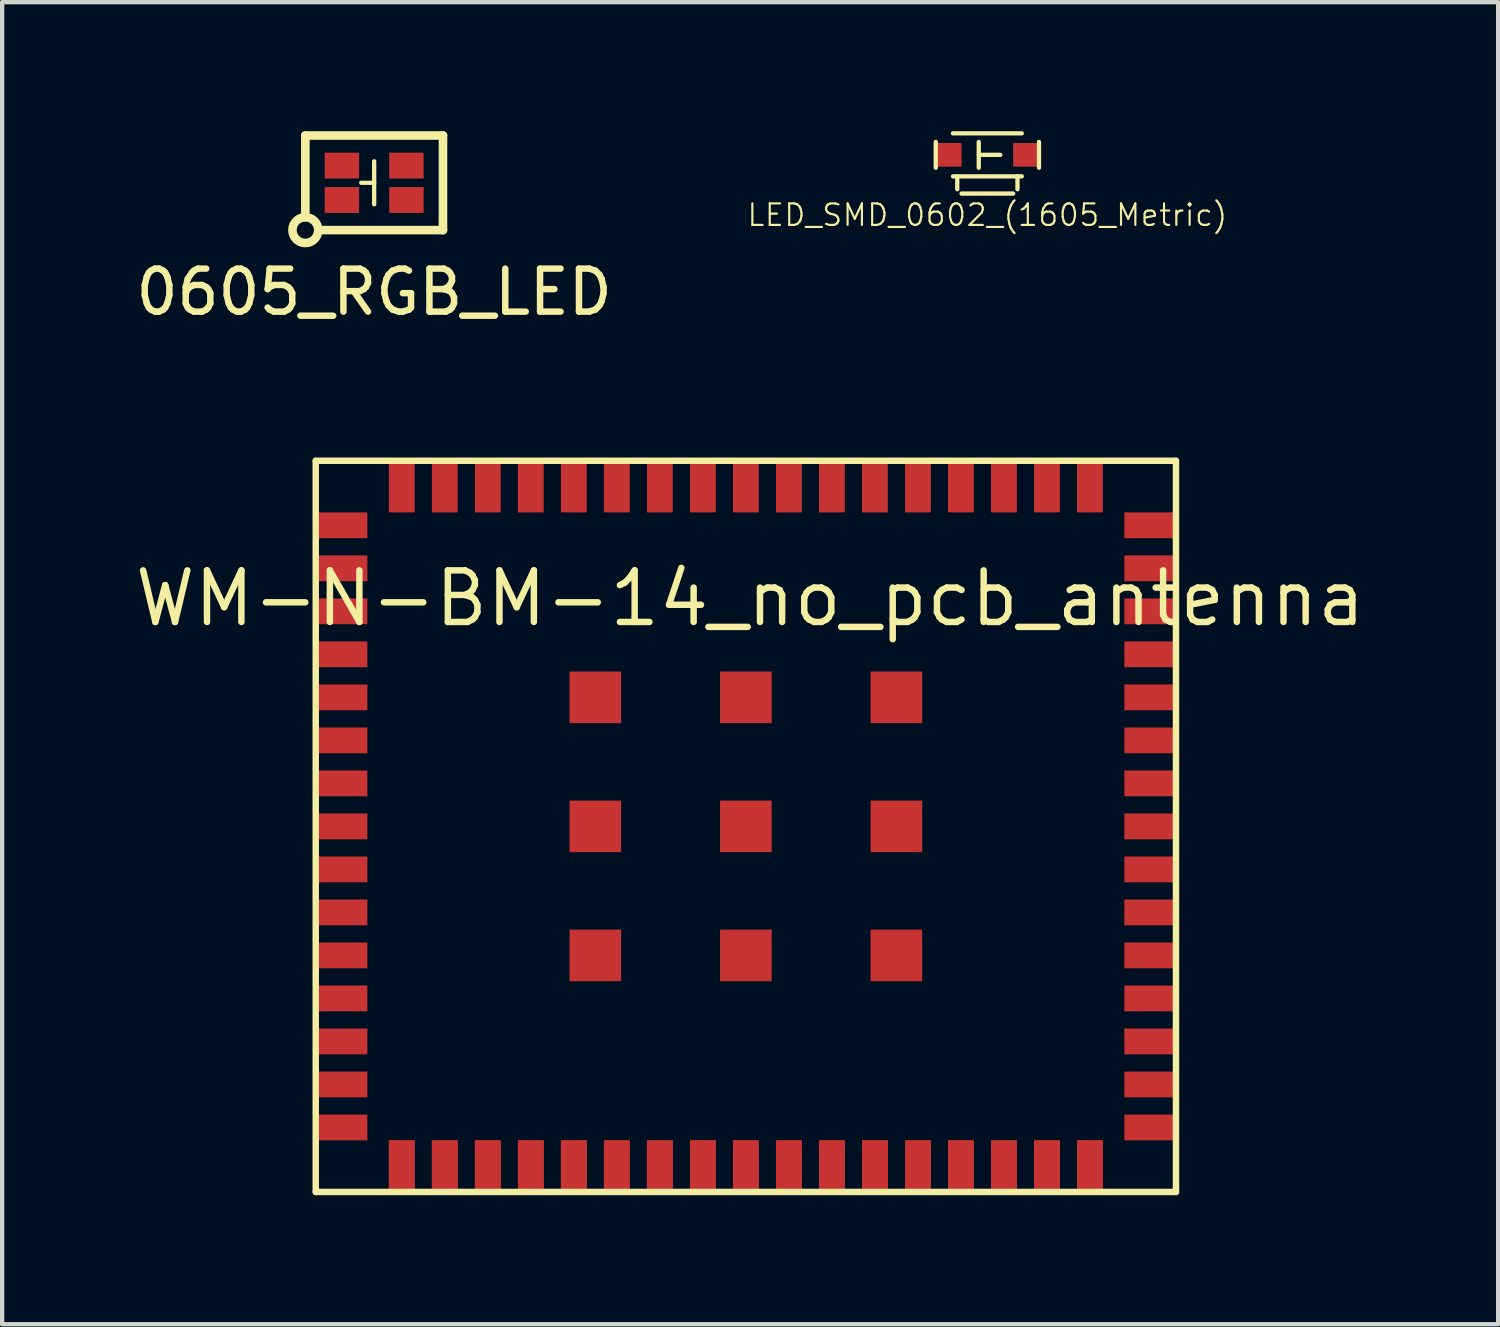
<source format=kicad_pcb>
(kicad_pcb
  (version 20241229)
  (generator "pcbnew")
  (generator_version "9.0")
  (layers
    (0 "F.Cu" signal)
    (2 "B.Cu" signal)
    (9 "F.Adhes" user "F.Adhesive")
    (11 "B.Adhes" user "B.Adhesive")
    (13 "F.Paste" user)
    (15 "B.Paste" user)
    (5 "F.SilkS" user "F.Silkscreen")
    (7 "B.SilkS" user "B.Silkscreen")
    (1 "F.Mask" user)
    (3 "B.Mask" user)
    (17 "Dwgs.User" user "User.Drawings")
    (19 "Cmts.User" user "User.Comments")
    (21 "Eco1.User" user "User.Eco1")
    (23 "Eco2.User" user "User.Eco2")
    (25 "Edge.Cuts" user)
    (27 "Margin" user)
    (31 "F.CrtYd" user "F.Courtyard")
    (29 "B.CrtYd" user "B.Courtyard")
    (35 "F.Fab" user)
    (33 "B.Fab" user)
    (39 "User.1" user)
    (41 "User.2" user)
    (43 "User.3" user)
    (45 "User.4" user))
  (footprint "WM-N-BM-14_no_pcb_antenna"
    (layer "F.Cu")
    (at 14.191 10.863)
    (property "Reference" "WM-N-BM-14_no_pcb_antenna" (at 0.2 0 0) (layer "F.SilkS") (effects (font (size 1.2 1.2) (thickness 0.15))))
    (attr through_hole)
    (fp_line (start -9.9 -3.2) (end -9.9 13.8) (stroke (width 0.15) (type solid)) (layer "F.SilkS"))
    (fp_line (start -9.9 13.8) (end 10.1 13.8) (stroke (width 0.15) (type solid)) (layer "F.SilkS"))
    (fp_line (start 10.1 -3.2) (end -9.9 -3.2) (stroke (width 0.15) (type solid)) (layer "F.SilkS"))
    (fp_line (start 10.1 13.8) (end 10.1 -3.2) (stroke (width 0.15) (type solid)) (layer "F.SilkS"))
    (pad "1" smd rect (at -9.3 -1.7 90) (size 0.6 1.2) (layers "F.Cu" "F.Mask" "F.Paste"))
    (pad "2" smd rect (at -9.3 -0.7 90) (size 0.6 1.2) (layers "F.Cu" "F.Mask" "F.Paste"))
    (pad "3" smd rect (at -9.3 0.3 90) (size 0.6 1.2) (layers "F.Cu" "F.Mask" "F.Paste"))
    (pad "4" smd rect (at -9.3 1.3 90) (size 0.6 1.2) (layers "F.Cu" "F.Mask" "F.Paste"))
    (pad "5" smd rect (at -9.3 2.3 90) (size 0.6 1.2) (layers "F.Cu" "F.Mask" "F.Paste"))
    (pad "6" smd rect (at -9.3 3.3 90) (size 0.6 1.2) (layers "F.Cu" "F.Mask" "F.Paste"))
    (pad "7" smd rect (at -9.3 4.3 90) (size 0.6 1.2) (layers "F.Cu" "F.Mask" "F.Paste"))
    (pad "8" smd rect (at -9.3 5.3 90) (size 0.6 1.2) (layers "F.Cu" "F.Mask" "F.Paste"))
    (pad "9" smd rect (at -9.3 6.3 90) (size 0.6 1.2) (layers "F.Cu" "F.Mask" "F.Paste"))
    (pad "10" smd rect (at -9.3 7.3 90) (size 0.6 1.2) (layers "F.Cu" "F.Mask" "F.Paste"))
    (pad "11" smd rect (at -9.3 8.3 90) (size 0.6 1.2) (layers "F.Cu" "F.Mask" "F.Paste"))
    (pad "12" smd rect (at -9.3 9.3 90) (size 0.6 1.2) (layers "F.Cu" "F.Mask" "F.Paste"))
    (pad "13" smd rect (at -9.3 10.3 90) (size 0.6 1.2) (layers "F.Cu" "F.Mask" "F.Paste"))
    (pad "14" smd rect (at -9.3 11.3 90) (size 0.6 1.2) (layers "F.Cu" "F.Mask" "F.Paste"))
    (pad "15" smd rect (at -9.3 12.3 90) (size 0.6 1.2) (layers "F.Cu" "F.Mask" "F.Paste"))
    (pad "16" smd rect (at -7.9 13.2 90) (size 1.2 0.6) (layers "F.Cu" "F.Mask" "F.Paste"))
    (pad "16" smd rect (at -7.9 13.2 90) (size 1.2 0.6) (layers "F.Cu" "F.Mask" "F.Paste"))
    (pad "17" smd rect (at -6.9 13.2 90) (size 1.2 0.6) (layers "F.Cu" "F.Mask" "F.Paste"))
    (pad "17" smd rect (at -6.9 13.2 90) (size 1.2 0.6) (layers "F.Cu" "F.Mask" "F.Paste"))
    (pad "18" smd rect (at -5.9 13.2 90) (size 1.2 0.6) (layers "F.Cu" "F.Mask" "F.Paste"))
    (pad "18" smd rect (at -5.9 13.2 90) (size 1.2 0.6) (layers "F.Cu" "F.Mask" "F.Paste"))
    (pad "19" smd rect (at -4.9 13.2 90) (size 1.2 0.6) (layers "F.Cu" "F.Mask" "F.Paste"))
    (pad "19" smd rect (at -4.9 13.2 90) (size 1.2 0.6) (layers "F.Cu" "F.Mask" "F.Paste"))
    (pad "20" smd rect (at -3.9 13.2 90) (size 1.2 0.6) (layers "F.Cu" "F.Mask" "F.Paste"))
    (pad "20" smd rect (at -3.9 13.2 90) (size 1.2 0.6) (layers "F.Cu" "F.Mask" "F.Paste"))
    (pad "21" smd rect (at -2.9 13.2 90) (size 1.2 0.6) (layers "F.Cu" "F.Mask" "F.Paste"))
    (pad "21" smd rect (at -2.9 13.2 90) (size 1.2 0.6) (layers "F.Cu" "F.Mask" "F.Paste"))
    (pad "22" smd rect (at -1.9 13.2 90) (size 1.2 0.6) (layers "F.Cu" "F.Mask" "F.Paste"))
    (pad "22" smd rect (at -1.9 13.2 90) (size 1.2 0.6) (layers "F.Cu" "F.Mask" "F.Paste"))
    (pad "23" smd rect (at -0.9 13.2 90) (size 1.2 0.6) (layers "F.Cu" "F.Mask" "F.Paste"))
    (pad "23" smd rect (at -0.9 13.2 90) (size 1.2 0.6) (layers "F.Cu" "F.Mask" "F.Paste"))
    (pad "24" smd rect (at 0.1 13.2 90) (size 1.2 0.6) (layers "F.Cu" "F.Mask" "F.Paste"))
    (pad "24" smd rect (at 0.1 13.2 90) (size 1.2 0.6) (layers "F.Cu" "F.Mask" "F.Paste"))
    (pad "25" smd rect (at 1.1 13.2 90) (size 1.2 0.6) (layers "F.Cu" "F.Mask" "F.Paste"))
    (pad "25" smd rect (at 1.1 13.2 90) (size 1.2 0.6) (layers "F.Cu" "F.Mask" "F.Paste"))
    (pad "26" smd rect (at 2.1 13.2 90) (size 1.2 0.6) (layers "F.Cu" "F.Mask" "F.Paste"))
    (pad "26" smd rect (at 2.1 13.2 90) (size 1.2 0.6) (layers "F.Cu" "F.Mask" "F.Paste"))
    (pad "27" smd rect (at 3.1 13.2 90) (size 1.2 0.6) (layers "F.Cu" "F.Mask" "F.Paste"))
    (pad "27" smd rect (at 3.1 13.2 90) (size 1.2 0.6) (layers "F.Cu" "F.Mask" "F.Paste"))
    (pad "28" smd rect (at 4.1 13.2 90) (size 1.2 0.6) (layers "F.Cu" "F.Mask" "F.Paste"))
    (pad "28" smd rect (at 4.1 13.2 90) (size 1.2 0.6) (layers "F.Cu" "F.Mask" "F.Paste"))
    (pad "29" smd rect (at 5.1 13.2 90) (size 1.2 0.6) (layers "F.Cu" "F.Mask" "F.Paste"))
    (pad "29" smd rect (at 5.1 13.2 90) (size 1.2 0.6) (layers "F.Cu" "F.Mask" "F.Paste"))
    (pad "30" smd rect (at 6.1 13.2 90) (size 1.2 0.6) (layers "F.Cu" "F.Mask" "F.Paste"))
    (pad "30" smd rect (at 6.1 13.2 90) (size 1.2 0.6) (layers "F.Cu" "F.Mask" "F.Paste"))
    (pad "31" smd rect (at 7.1 13.2 90) (size 1.2 0.6) (layers "F.Cu" "F.Mask" "F.Paste"))
    (pad "31" smd rect (at 7.1 13.2 90) (size 1.2 0.6) (layers "F.Cu" "F.Mask" "F.Paste"))
    (pad "32" smd rect (at 8.1 13.2 90) (size 1.2 0.6) (layers "F.Cu" "F.Mask" "F.Paste"))
    (pad "32" smd rect (at 8.1 13.2 90) (size 1.2 0.6) (layers "F.Cu" "F.Mask" "F.Paste"))
    (pad "33" smd rect (at 9.5 12.3 270) (size 0.6 1.2) (layers "F.Cu" "F.Mask" "F.Paste"))
    (pad "34" smd rect (at 9.5 11.3 270) (size 0.6 1.2) (layers "F.Cu" "F.Mask" "F.Paste"))
    (pad "35" smd rect (at 9.5 10.3 270) (size 0.6 1.2) (layers "F.Cu" "F.Mask" "F.Paste"))
    (pad "36" smd rect (at 9.5 9.3 270) (size 0.6 1.2) (layers "F.Cu" "F.Mask" "F.Paste"))
    (pad "37" smd rect (at 9.5 8.3 270) (size 0.6 1.2) (layers "F.Cu" "F.Mask" "F.Paste"))
    (pad "38" smd rect (at 9.5 7.3 270) (size 0.6 1.2) (layers "F.Cu" "F.Mask" "F.Paste"))
    (pad "39" smd rect (at 9.5 6.3 270) (size 0.6 1.2) (layers "F.Cu" "F.Mask" "F.Paste"))
    (pad "40" smd rect (at 9.5 5.3 270) (size 0.6 1.2) (layers "F.Cu" "F.Mask" "F.Paste"))
    (pad "41" smd rect (at 9.5 4.3 270) (size 0.6 1.2) (layers "F.Cu" "F.Mask" "F.Paste"))
    (pad "42" smd rect (at 9.5 3.3 270) (size 0.6 1.2) (layers "F.Cu" "F.Mask" "F.Paste"))
    (pad "43" smd rect (at 9.5 2.3 270) (size 0.6 1.2) (layers "F.Cu" "F.Mask" "F.Paste"))
    (pad "44" smd rect (at 9.5 1.3 270) (size 0.6 1.2) (layers "F.Cu" "F.Mask" "F.Paste"))
    (pad "45" smd rect (at 9.5 0.3 270) (size 0.6 1.2) (layers "F.Cu" "F.Mask" "F.Paste"))
    (pad "46" smd rect (at 9.5 -0.7 270) (size 0.6 1.2) (layers "F.Cu" "F.Mask" "F.Paste"))
    (pad "47" smd rect (at 9.5 -1.7 270) (size 0.6 1.2) (layers "F.Cu" "F.Mask" "F.Paste"))
    (pad "48" smd rect (at 8.1 -2.6 90) (size 1.2 0.6) (layers "F.Cu" "F.Mask" "F.Paste"))
    (pad "49" smd rect (at 7.1 -2.6 90) (size 1.2 0.6) (layers "F.Cu" "F.Mask" "F.Paste"))
    (pad "50" smd rect (at 6.1 -2.6 90) (size 1.2 0.6) (layers "F.Cu" "F.Mask" "F.Paste"))
    (pad "51" smd rect (at 5.1 -2.6 90) (size 1.2 0.6) (layers "F.Cu" "F.Mask" "F.Paste"))
    (pad "52" smd rect (at 4.1 -2.6 90) (size 1.2 0.6) (layers "F.Cu" "F.Mask" "F.Paste"))
    (pad "53" smd rect (at 3.1 -2.6 90) (size 1.2 0.6) (layers "F.Cu" "F.Mask" "F.Paste"))
    (pad "54" smd rect (at 2.1 -2.6 90) (size 1.2 0.6) (layers "F.Cu" "F.Mask" "F.Paste"))
    (pad "55" smd rect (at 1.1 -2.6 90) (size 1.2 0.6) (layers "F.Cu" "F.Mask" "F.Paste"))
    (pad "56" smd rect (at 0.1 -2.6 90) (size 1.2 0.6) (layers "F.Cu" "F.Mask" "F.Paste"))
    (pad "57" smd rect (at -0.9 -2.6 90) (size 1.2 0.6) (layers "F.Cu" "F.Mask" "F.Paste"))
    (pad "58" smd rect (at -1.9 -2.6 90) (size 1.2 0.6) (layers "F.Cu" "F.Mask" "F.Paste"))
    (pad "59" smd rect (at -2.9 -2.6 90) (size 1.2 0.6) (layers "F.Cu" "F.Mask" "F.Paste"))
    (pad "60" smd rect (at -3.9 -2.6 90) (size 1.2 0.6) (layers "F.Cu" "F.Mask" "F.Paste"))
    (pad "61" smd rect (at -4.9 -2.6 90) (size 1.2 0.6) (layers "F.Cu" "F.Mask" "F.Paste"))
    (pad "62" smd rect (at -5.9 -2.6 90) (size 1.2 0.6) (layers "F.Cu" "F.Mask" "F.Paste"))
    (pad "63" smd rect (at -6.9 -2.6 90) (size 1.2 0.6) (layers "F.Cu" "F.Mask" "F.Paste"))
    (pad "64" smd rect (at -7.9 -2.6 90) (size 1.2 0.6) (layers "F.Cu" "F.Mask" "F.Paste"))
    (pad "65" smd rect (at -3.4 2.3 90) (size 1.2 1.2) (layers "F.Cu" "F.Mask" "F.Paste"))
    (pad "66" smd rect (at -3.4 5.3 90) (size 1.2 1.2) (layers "F.Cu" "F.Mask" "F.Paste"))
    (pad "67" smd rect (at -3.4 8.3 90) (size 1.2 1.2) (layers "F.Cu" "F.Mask" "F.Paste"))
    (pad "68" smd rect (at 0.1 2.3 90) (size 1.2 1.2) (layers "F.Cu" "F.Mask" "F.Paste"))
    (pad "69" smd rect (at 0.1 5.3 90) (size 1.2 1.2) (layers "F.Cu" "F.Mask" "F.Paste"))
    (pad "70" smd rect (at 0.1 8.3 90) (size 1.2 1.2) (layers "F.Cu" "F.Mask" "F.Paste"))
    (pad "71" smd rect (at 3.6 2.3 90) (size 1.2 1.2) (layers "F.Cu" "F.Mask" "F.Paste"))
    (pad "72" smd rect (at 3.6 5.3 90) (size 1.2 1.2) (layers "F.Cu" "F.Mask" "F.Paste"))
    (pad "73" smd rect (at 3.6 8.3 90) (size 1.2 1.2) (layers "F.Cu" "F.Mask" "F.Paste")))
  (footprint "0605_RGB_LED"
    (layer "F.Cu")
    (at 5.649 1.2)
    (property "Reference" "0605_RGB_LED" (at 0 2.54 0) (layer "F.SilkS") (effects (font (size 1 1) (thickness 0.15))))
    (attr through_hole)
    (fp_line (start -1.6 -1.1) (end -1.6 0.8) (stroke (width 0.2) (type solid)) (layer "F.SilkS"))
    (fp_line (start -1.3 1.1) (end 1.6 1.1) (stroke (width 0.2) (type solid)) (layer "F.SilkS"))
    (fp_line (start 0 -0.5) (end 0 0.5) (stroke (width 0.1) (type solid)) (layer "F.SilkS"))
    (fp_line (start 0 0) (end -0.3 0) (stroke (width 0.1) (type solid)) (layer "F.SilkS"))
    (fp_line (start 1.6 -1.1) (end -1.6 -1.1) (stroke (width 0.2) (type solid)) (layer "F.SilkS"))
    (fp_line (start 1.6 1.1) (end 1.6 -1.1) (stroke (width 0.2) (type solid)) (layer "F.SilkS"))
    (fp_circle (center -1.6 1.1) (end -1.3 1.1) (stroke (width 0.2) (type solid)) (fill no) (layer "F.SilkS"))
    (pad "1" smd rect (at -0.75 0.4) (size 0.8 0.6) (layers "F.Cu" "F.Mask" "F.Paste"))
    (pad "2" smd rect (at -0.75 -0.4) (size 0.8 0.6) (layers "F.Cu" "F.Mask" "F.Paste"))
    (pad "3" smd rect (at 0.75 -0.4) (size 0.8 0.6) (layers "F.Cu" "F.Mask" "F.Paste"))
    (pad "4" smd rect (at 0.75 0.4) (size 0.8 0.6) (layers "F.Cu" "F.Mask" "F.Paste")))
  (footprint "LED_SMD_0602_(1605_Metric)"
    (layer "F.Cu")
    (at 19.906 0.55)
    (property "Reference" "LED_SMD_0602_(1605_Metric)" (at 0 1.4 0) (layer "F.SilkS") (effects (font (size 0.5 0.5) (thickness 0.05))))
    (attr through_hole)
    (fp_line (start -1.2 -0.3) (end -1.2 0.3) (stroke (width 0.1) (type solid)) (layer "F.SilkS"))
    (fp_line (start -0.8 -0.5) (end 0.8 -0.5) (stroke (width 0.1) (type solid)) (layer "F.SilkS"))
    (fp_line (start -0.8 0.5) (end 0.8 0.5) (stroke (width 0.1) (type solid)) (layer "F.SilkS"))
    (fp_line (start -0.7 0.8) (end -0.7 0.5) (stroke (width 0.1) (type solid)) (layer "F.SilkS"))
    (fp_line (start -0.6 0.9) (end 0.6 0.9) (stroke (width 0.1) (type solid)) (layer "F.SilkS"))
    (fp_line (start -0.2 -0.3) (end -0.2 0.3) (stroke (width 0.1) (type solid)) (layer "F.SilkS"))
    (fp_line (start 0.3 0) (end -0.2 0) (stroke (width 0.1) (type solid)) (layer "F.SilkS"))
    (fp_line (start 0.7 0.8) (end 0.7 0.5) (stroke (width 0.1) (type solid)) (layer "F.SilkS"))
    (fp_line (start 1.2 -0.3) (end 1.2 0.3) (stroke (width 0.1) (type solid)) (layer "F.SilkS"))
    (pad "1" smd rect (at -0.9 0) (size 0.6 0.55) (layers "F.Cu" "F.Mask" "F.Paste"))
    (pad "2" smd rect (at 0.9 0) (size 0.6 0.55) (layers "F.Cu" "F.Mask" "F.Paste")))
  (gr_rect
    (start -3 -3)
    (end 31.781 27.738)
    (stroke (width 0.1) (type default))
    (fill no)
    (layer "Edge.Cuts")))
</source>
